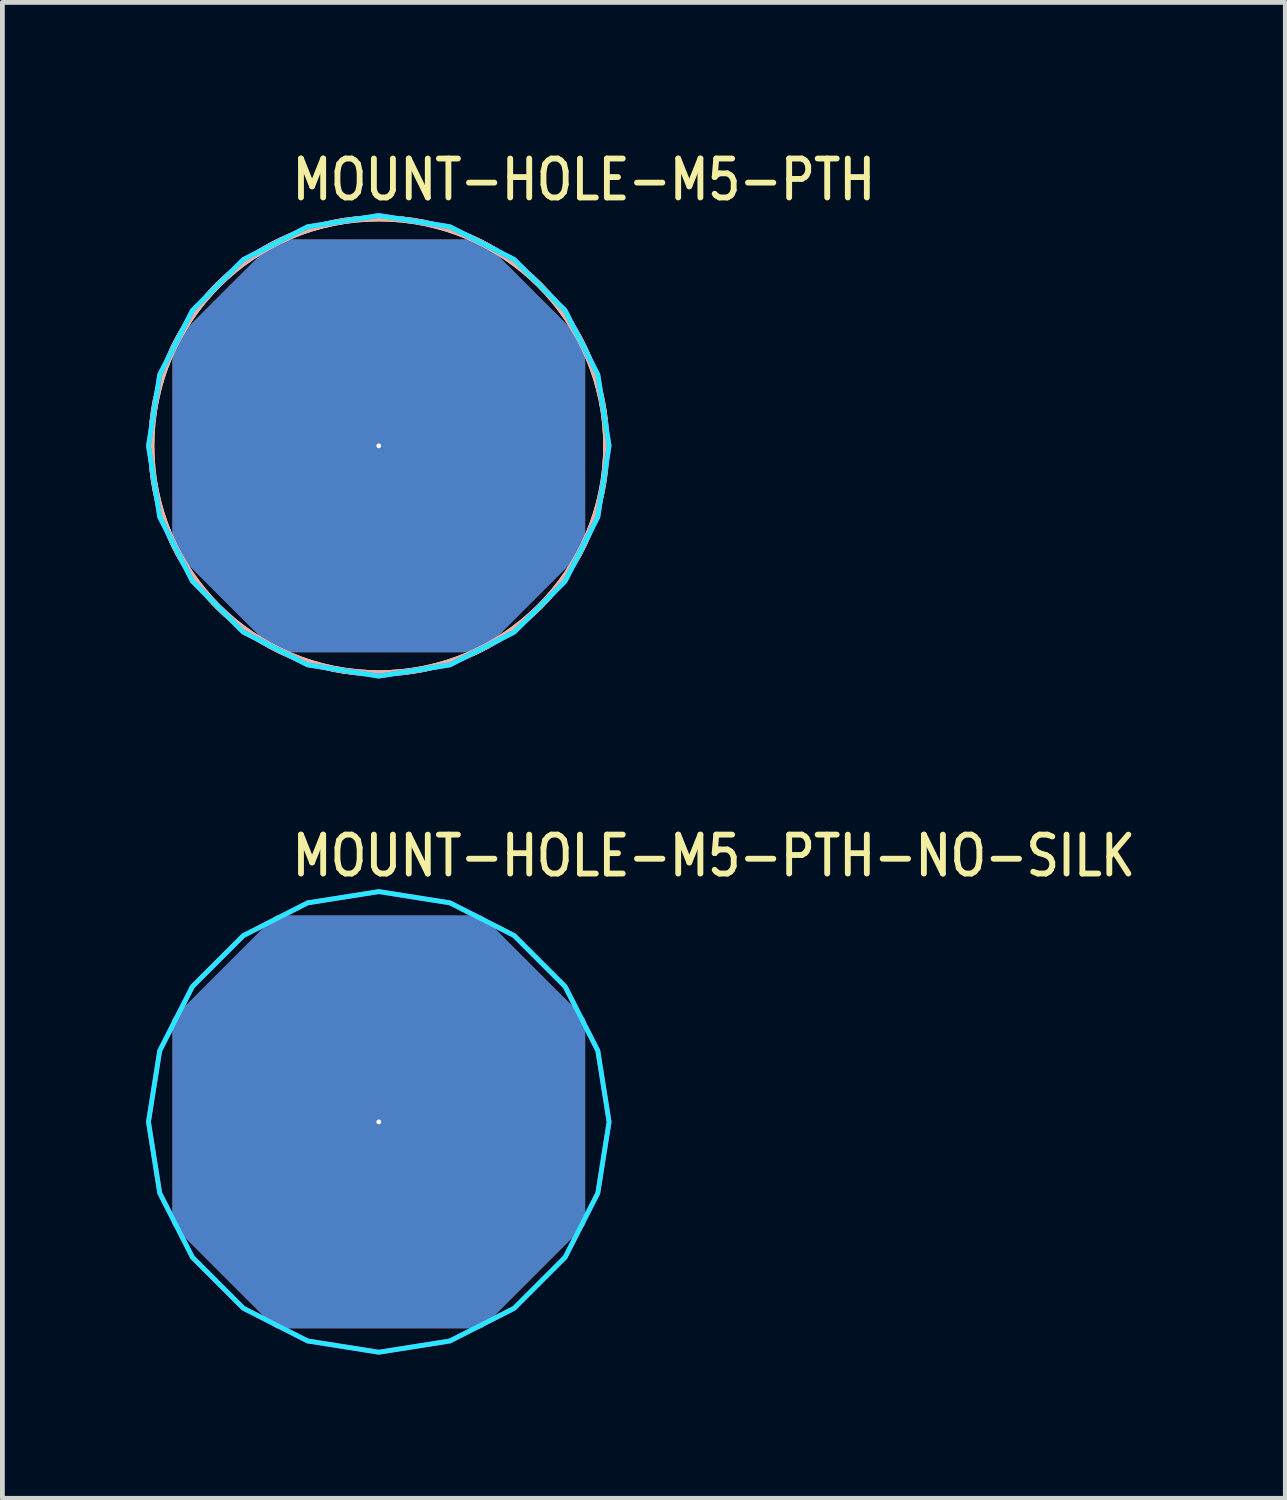
<source format=kicad_pcb>
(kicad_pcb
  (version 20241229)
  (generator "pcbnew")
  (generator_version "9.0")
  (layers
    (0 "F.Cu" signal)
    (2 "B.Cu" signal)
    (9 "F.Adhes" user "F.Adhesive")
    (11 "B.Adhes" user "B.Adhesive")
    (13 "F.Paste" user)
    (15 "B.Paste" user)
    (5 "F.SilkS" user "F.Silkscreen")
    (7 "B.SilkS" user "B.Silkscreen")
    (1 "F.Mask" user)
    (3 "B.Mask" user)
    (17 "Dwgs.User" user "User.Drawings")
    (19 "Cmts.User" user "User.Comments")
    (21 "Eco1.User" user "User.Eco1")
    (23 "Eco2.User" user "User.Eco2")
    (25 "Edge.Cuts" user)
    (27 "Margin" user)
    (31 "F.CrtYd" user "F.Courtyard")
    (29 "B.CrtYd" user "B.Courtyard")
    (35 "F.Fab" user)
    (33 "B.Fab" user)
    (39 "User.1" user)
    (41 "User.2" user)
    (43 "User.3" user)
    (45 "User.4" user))
  (footprint "MOUNT-HOLE-M5-PTH"
    (layer "F.Cu")
    (at 4.859 6.259)
    (property "Reference" "MOUNT-HOLE-M5-PTH" (at -1.87 -5.08 0) (unlocked yes) (layer "F.SilkS") (effects (font (size 0.813 0.695) (thickness 0.122)) (justify left bottom)))
    (fp_circle (center 0 0) (end 4.75 0) (stroke (width 0.127) (type solid)) (fill no) (layer "F.SilkS"))
    (fp_circle (center 0 0) (end 4.75 0) (stroke (width 0.127) (type solid)) (fill no) (layer "B.SilkS"))
    (fp_poly (pts (xy 4.809 0) (xy 4.574 -1.486) (xy 3.891 -2.827) (xy 2.827 -3.891) (xy 1.486 -4.574) (xy 0 -4.809) (xy -1.486 -4.574) (xy -2.827 -3.891) (xy -3.891 -2.827) (xy -4.574 -1.486) (xy -4.809 0) (xy -4.574 1.486) (xy -3.891 2.827) (xy -2.827 3.891) (xy -1.486 4.574) (xy 0 4.809) (xy 1.486 4.574) (xy 2.827 3.891) (xy 3.891 2.827) (xy 4.574 1.486)) (stroke (width 0.1) (type solid)) (fill no) (layer "B.CrtYd"))
    (fp_poly (pts (xy 4.809 0) (xy 4.574 -1.486) (xy 3.891 -2.827) (xy 2.827 -3.891) (xy 1.486 -4.574) (xy 0 -4.809) (xy -1.486 -4.574) (xy -2.827 -3.891) (xy -3.891 -2.827) (xy -4.574 -1.486) (xy -4.809 0) (xy -4.574 1.486) (xy -3.891 2.827) (xy -2.827 3.891) (xy -1.486 4.574) (xy 0 4.809) (xy 1.486 4.574) (xy 2.827 3.891) (xy 3.891 2.827) (xy 4.574 1.486)) (stroke (width 0.1) (type solid)) (fill no) (layer "F.CrtYd"))
    (pad "P$1" thru_hole custom (at 0 0) (size 0.1 0.1) (drill 5.5) (layers "*.Cu" "*.Mask") (options (anchor rect)) (primitives (gr_poly (pts (xy 4.25 2.125) (xy 2.125 4.25) (xy -2.125 4.25) (xy -4.25 2.125) (xy -4.25 -2.125) (xy -2.125 -4.25) (xy 2.125 -4.25) (xy 4.25 -2.125)) (width 0.12) (fill yes)))))
  (footprint "MOUNT-HOLE-M5-PTH-NO-SILK"
    (layer "F.Cu")
    (at 4.859 20.376)
    (property "Reference" "MOUNT-HOLE-M5-PTH-NO-SILK" (at -1.87 -5.08 0) (unlocked yes) (layer "F.SilkS") (effects (font (size 0.813 0.695) (thickness 0.122)) (justify left bottom)))
    (fp_poly (pts (xy 4.809 0) (xy 4.574 -1.486) (xy 3.891 -2.827) (xy 2.827 -3.891) (xy 1.486 -4.574) (xy 0 -4.809) (xy -1.486 -4.574) (xy -2.827 -3.891) (xy -3.891 -2.827) (xy -4.574 -1.486) (xy -4.809 0) (xy -4.574 1.486) (xy -3.891 2.827) (xy -2.827 3.891) (xy -1.486 4.574) (xy 0 4.809) (xy 1.486 4.574) (xy 2.827 3.891) (xy 3.891 2.827) (xy 4.574 1.486)) (stroke (width 0.1) (type solid)) (fill no) (layer "B.CrtYd"))
    (fp_poly (pts (xy 4.809 0) (xy 4.574 -1.486) (xy 3.891 -2.827) (xy 2.827 -3.891) (xy 1.486 -4.574) (xy 0 -4.809) (xy -1.486 -4.574) (xy -2.827 -3.891) (xy -3.891 -2.827) (xy -4.574 -1.486) (xy -4.809 0) (xy -4.574 1.486) (xy -3.891 2.827) (xy -2.827 3.891) (xy -1.486 4.574) (xy 0 4.809) (xy 1.486 4.574) (xy 2.827 3.891) (xy 3.891 2.827) (xy 4.574 1.486)) (stroke (width 0.1) (type solid)) (fill no) (layer "F.CrtYd"))
    (pad "1" thru_hole custom (at 0 0) (size 0.1 0.1) (drill 5.5) (layers "*.Cu" "*.Mask") (options (anchor rect)) (primitives (gr_poly (pts (xy 4.25 2.125) (xy 2.125 4.25) (xy -2.125 4.25) (xy -4.25 2.125) (xy -4.25 -2.125) (xy -2.125 -4.25) (xy 2.125 -4.25) (xy 4.25 -2.125)) (width 0.12) (fill yes)))))
  (gr_rect
    (start -3 -3)
    (end 23.788 28.236)
    (stroke (width 0.1) (type default))
    (fill no)
    (layer "Edge.Cuts")))
</source>
